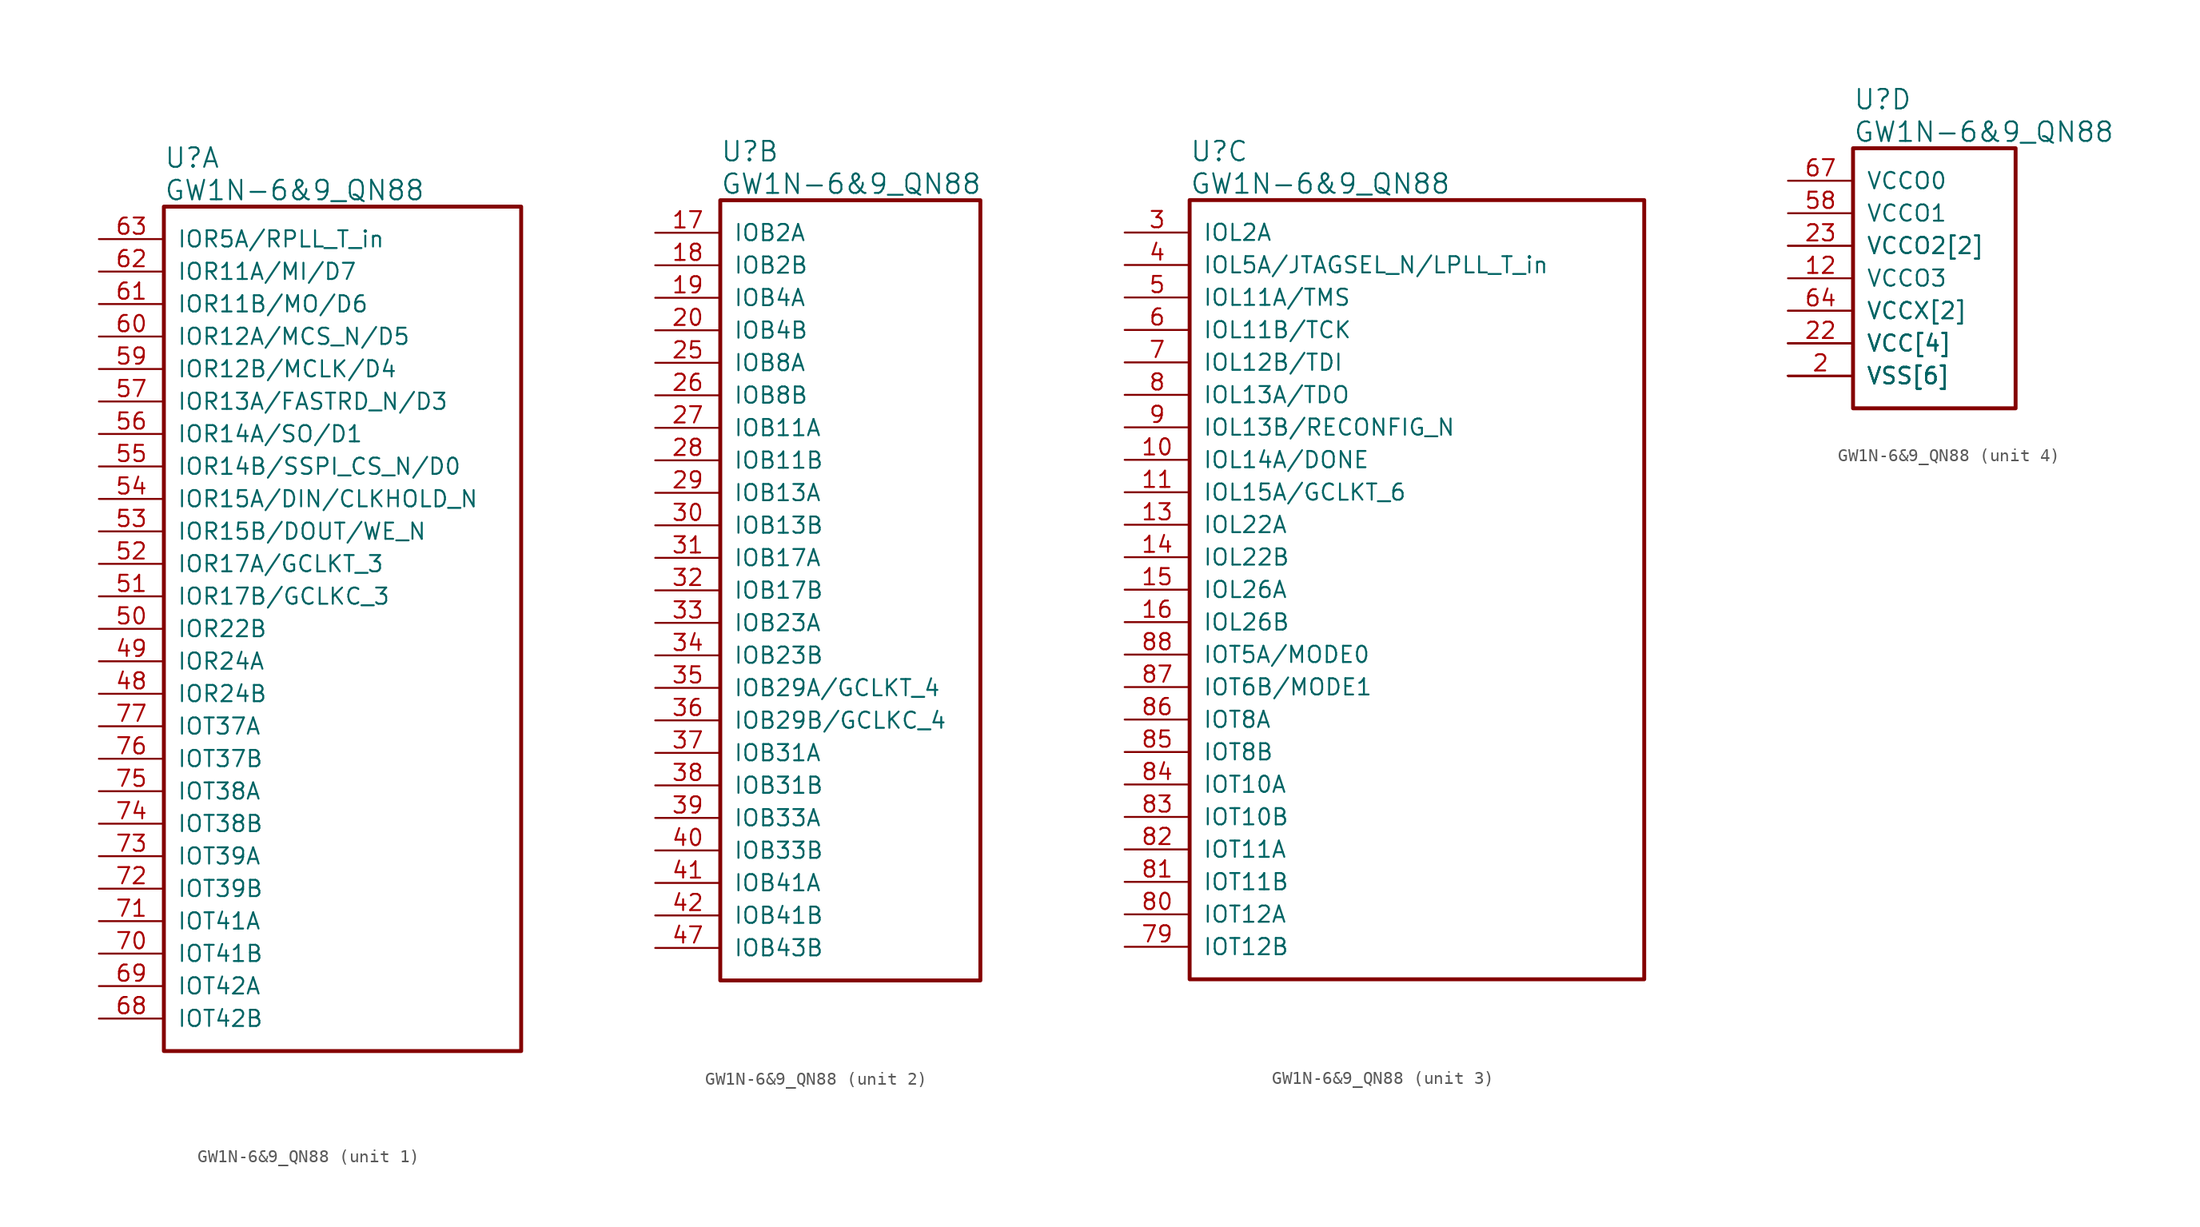
<source format=kicad_sym>
(kicad_symbol_lib
  (version 20220914)
  (generator kicad_symbol_editor)
  (symbol "GW1N-6&9_QN88"
    (pin_names
      (offset 1.016))
    (property "Reference" "U"
      (at 5.08 6.35 0)
      (effects (font (size 1.524 1.524)) (justify left)))
    (property "Value" "GW1N-6&9_QN88"
      (at 5.08 3.81 0)
      (effects (font (size 1.524 1.524)) (justify left)))
    (property "ki_locked" ""
      (at 0 0 0)
      (effects (font (size 1.27 1.27))))
    (symbol "GW1N-6&9_QN88_1_1"
      (rectangle (start 5.08 2.54) (end 33.02 -63.5) (stroke (width 0.305) (type solid)) (fill (type none)))
      (pin bidirectional line (at 0 -35.56 0) (length 5.08) (name "IOR24B" (effects (font (size 1.27 1.27)))) (number "48" (effects (font (size 1.27 1.27)))))
      (pin bidirectional line (at 0 -33.02 0) (length 5.08) (name "IOR24A" (effects (font (size 1.27 1.27)))) (number "49" (effects (font (size 1.27 1.27)))))
      (pin bidirectional line (at 0 -30.48 0) (length 5.08) (name "IOR22B" (effects (font (size 1.27 1.27)))) (number "50" (effects (font (size 1.27 1.27)))))
      (pin bidirectional line (at 0 -27.94 0) (length 5.08) (name "IOR17B/GCLKC_3" (effects (font (size 1.27 1.27)))) (number "51" (effects (font (size 1.27 1.27)))))
      (pin bidirectional line (at 0 -25.4 0) (length 5.08) (name "IOR17A/GCLKT_3" (effects (font (size 1.27 1.27)))) (number "52" (effects (font (size 1.27 1.27)))))
      (pin bidirectional line (at 0 -22.86 0) (length 5.08) (name "IOR15B/DOUT/WE_N" (effects (font (size 1.27 1.27)))) (number "53" (effects (font (size 1.27 1.27)))))
      (pin bidirectional line (at 0 -20.32 0) (length 5.08) (name "IOR15A/DIN/CLKHOLD_N" (effects (font (size 1.27 1.27)))) (number "54" (effects (font (size 1.27 1.27)))))
      (pin bidirectional line (at 0 -17.78 0) (length 5.08) (name "IOR14B/SSPI_CS_N/D0" (effects (font (size 1.27 1.27)))) (number "55" (effects (font (size 1.27 1.27)))))
      (pin bidirectional line (at 0 -15.24 0) (length 5.08) (name "IOR14A/SO/D1" (effects (font (size 1.27 1.27)))) (number "56" (effects (font (size 1.27 1.27)))))
      (pin bidirectional line (at 0 -12.7 0) (length 5.08) (name "IOR13A/FASTRD_N/D3" (effects (font (size 1.27 1.27)))) (number "57" (effects (font (size 1.27 1.27)))))
      (pin bidirectional line (at 0 -10.16 0) (length 5.08) (name "IOR12B/MCLK/D4" (effects (font (size 1.27 1.27)))) (number "59" (effects (font (size 1.27 1.27)))))
      (pin bidirectional line (at 0 -7.62 0) (length 5.08) (name "IOR12A/MCS_N/D5" (effects (font (size 1.27 1.27)))) (number "60" (effects (font (size 1.27 1.27)))))
      (pin bidirectional line (at 0 -5.08 0) (length 5.08) (name "IOR11B/MO/D6" (effects (font (size 1.27 1.27)))) (number "61" (effects (font (size 1.27 1.27)))))
      (pin bidirectional line (at 0 -2.54 0) (length 5.08) (name "IOR11A/MI/D7" (effects (font (size 1.27 1.27)))) (number "62" (effects (font (size 1.27 1.27)))))
      (pin bidirectional line (at 0 0 0) (length 5.08) (name "IOR5A/RPLL_T_in" (effects (font (size 1.27 1.27)))) (number "63" (effects (font (size 1.27 1.27)))))
      (pin bidirectional line (at 0 -60.96 0) (length 5.08) (name "IOT42B" (effects (font (size 1.27 1.27)))) (number "68" (effects (font (size 1.27 1.27)))))
      (pin bidirectional line (at 0 -58.42 0) (length 5.08) (name "IOT42A" (effects (font (size 1.27 1.27)))) (number "69" (effects (font (size 1.27 1.27)))))
      (pin bidirectional line (at 0 -55.88 0) (length 5.08) (name "IOT41B" (effects (font (size 1.27 1.27)))) (number "70" (effects (font (size 1.27 1.27)))))
      (pin bidirectional line (at 0 -53.34 0) (length 5.08) (name "IOT41A" (effects (font (size 1.27 1.27)))) (number "71" (effects (font (size 1.27 1.27)))))
      (pin bidirectional line (at 0 -50.8 0) (length 5.08) (name "IOT39B" (effects (font (size 1.27 1.27)))) (number "72" (effects (font (size 1.27 1.27)))))
      (pin bidirectional line (at 0 -48.26 0) (length 5.08) (name "IOT39A" (effects (font (size 1.27 1.27)))) (number "73" (effects (font (size 1.27 1.27)))))
      (pin bidirectional line (at 0 -45.72 0) (length 5.08) (name "IOT38B" (effects (font (size 1.27 1.27)))) (number "74" (effects (font (size 1.27 1.27)))))
      (pin bidirectional line (at 0 -43.18 0) (length 5.08) (name "IOT38A" (effects (font (size 1.27 1.27)))) (number "75" (effects (font (size 1.27 1.27)))))
      (pin bidirectional line (at 0 -40.64 0) (length 5.08) (name "IOT37B" (effects (font (size 1.27 1.27)))) (number "76" (effects (font (size 1.27 1.27)))))
      (pin bidirectional line (at 0 -38.1 0) (length 5.08) (name "IOT37A" (effects (font (size 1.27 1.27)))) (number "77" (effects (font (size 1.27 1.27))))))
    (symbol "GW1N-6&9_QN88_2_1"
      (rectangle (start 5.08 2.54) (end 25.4 -58.42) (stroke (width 0.305) (type solid)) (fill (type none)))
      (pin bidirectional line (at 0 0 0) (length 5.08) (name "IOB2A" (effects (font (size 1.27 1.27)))) (number "17" (effects (font (size 1.27 1.27)))))
      (pin bidirectional line (at 0 -2.54 0) (length 5.08) (name "IOB2B" (effects (font (size 1.27 1.27)))) (number "18" (effects (font (size 1.27 1.27)))))
      (pin bidirectional line (at 0 -5.08 0) (length 5.08) (name "IOB4A" (effects (font (size 1.27 1.27)))) (number "19" (effects (font (size 1.27 1.27)))))
      (pin bidirectional line (at 0 -7.62 0) (length 5.08) (name "IOB4B" (effects (font (size 1.27 1.27)))) (number "20" (effects (font (size 1.27 1.27)))))
      (pin bidirectional line (at 0 -10.16 0) (length 5.08) (name "IOB8A" (effects (font (size 1.27 1.27)))) (number "25" (effects (font (size 1.27 1.27)))))
      (pin bidirectional line (at 0 -12.7 0) (length 5.08) (name "IOB8B" (effects (font (size 1.27 1.27)))) (number "26" (effects (font (size 1.27 1.27)))))
      (pin bidirectional line (at 0 -15.24 0) (length 5.08) (name "IOB11A" (effects (font (size 1.27 1.27)))) (number "27" (effects (font (size 1.27 1.27)))))
      (pin bidirectional line (at 0 -17.78 0) (length 5.08) (name "IOB11B" (effects (font (size 1.27 1.27)))) (number "28" (effects (font (size 1.27 1.27)))))
      (pin bidirectional line (at 0 -20.32 0) (length 5.08) (name "IOB13A" (effects (font (size 1.27 1.27)))) (number "29" (effects (font (size 1.27 1.27)))))
      (pin bidirectional line (at 0 -22.86 0) (length 5.08) (name "IOB13B" (effects (font (size 1.27 1.27)))) (number "30" (effects (font (size 1.27 1.27)))))
      (pin bidirectional line (at 0 -25.4 0) (length 5.08) (name "IOB17A" (effects (font (size 1.27 1.27)))) (number "31" (effects (font (size 1.27 1.27)))))
      (pin bidirectional line (at 0 -27.94 0) (length 5.08) (name "IOB17B" (effects (font (size 1.27 1.27)))) (number "32" (effects (font (size 1.27 1.27)))))
      (pin bidirectional line (at 0 -30.48 0) (length 5.08) (name "IOB23A" (effects (font (size 1.27 1.27)))) (number "33" (effects (font (size 1.27 1.27)))))
      (pin bidirectional line (at 0 -33.02 0) (length 5.08) (name "IOB23B" (effects (font (size 1.27 1.27)))) (number "34" (effects (font (size 1.27 1.27)))))
      (pin bidirectional line (at 0 -35.56 0) (length 5.08) (name "IOB29A/GCLKT_4" (effects (font (size 1.27 1.27)))) (number "35" (effects (font (size 1.27 1.27)))))
      (pin bidirectional line (at 0 -38.1 0) (length 5.08) (name "IOB29B/GCLKC_4" (effects (font (size 1.27 1.27)))) (number "36" (effects (font (size 1.27 1.27)))))
      (pin bidirectional line (at 0 -40.64 0) (length 5.08) (name "IOB31A" (effects (font (size 1.27 1.27)))) (number "37" (effects (font (size 1.27 1.27)))))
      (pin bidirectional line (at 0 -43.18 0) (length 5.08) (name "IOB31B" (effects (font (size 1.27 1.27)))) (number "38" (effects (font (size 1.27 1.27)))))
      (pin bidirectional line (at 0 -45.72 0) (length 5.08) (name "IOB33A" (effects (font (size 1.27 1.27)))) (number "39" (effects (font (size 1.27 1.27)))))
      (pin bidirectional line (at 0 -48.26 0) (length 5.08) (name "IOB33B" (effects (font (size 1.27 1.27)))) (number "40" (effects (font (size 1.27 1.27)))))
      (pin bidirectional line (at 0 -50.8 0) (length 5.08) (name "IOB41A" (effects (font (size 1.27 1.27)))) (number "41" (effects (font (size 1.27 1.27)))))
      (pin bidirectional line (at 0 -53.34 0) (length 5.08) (name "IOB41B" (effects (font (size 1.27 1.27)))) (number "42" (effects (font (size 1.27 1.27)))))
      (pin bidirectional line (at 0 -55.88 0) (length 5.08) (name "IOB43B" (effects (font (size 1.27 1.27)))) (number "47" (effects (font (size 1.27 1.27))))))
    (symbol "GW1N-6&9_QN88_3_1"
      (rectangle (start 5.08 2.54) (end 40.64 -58.42) (stroke (width 0.305) (type solid)) (fill (type none)))
      (pin bidirectional line (at 0 -17.78 0) (length 5.08) (name "IOL14A/DONE" (effects (font (size 1.27 1.27)))) (number "10" (effects (font (size 1.27 1.27)))))
      (pin bidirectional line (at 0 -20.32 0) (length 5.08) (name "IOL15A/GCLKT_6" (effects (font (size 1.27 1.27)))) (number "11" (effects (font (size 1.27 1.27)))))
      (pin bidirectional line (at 0 -22.86 0) (length 5.08) (name "IOL22A" (effects (font (size 1.27 1.27)))) (number "13" (effects (font (size 1.27 1.27)))))
      (pin bidirectional line (at 0 -25.4 0) (length 5.08) (name "IOL22B" (effects (font (size 1.27 1.27)))) (number "14" (effects (font (size 1.27 1.27)))))
      (pin bidirectional line (at 0 -27.94 0) (length 5.08) (name "IOL26A" (effects (font (size 1.27 1.27)))) (number "15" (effects (font (size 1.27 1.27)))))
      (pin bidirectional line (at 0 -30.48 0) (length 5.08) (name "IOL26B" (effects (font (size 1.27 1.27)))) (number "16" (effects (font (size 1.27 1.27)))))
      (pin bidirectional line (at 0 0 0) (length 5.08) (name "IOL2A" (effects (font (size 1.27 1.27)))) (number "3" (effects (font (size 1.27 1.27)))))
      (pin bidirectional line (at 0 -2.54 0) (length 5.08) (name "IOL5A/JTAGSEL_N/LPLL_T_in" (effects (font (size 1.27 1.27)))) (number "4" (effects (font (size 1.27 1.27)))))
      (pin bidirectional line (at 0 -5.08 0) (length 5.08) (name "IOL11A/TMS" (effects (font (size 1.27 1.27)))) (number "5" (effects (font (size 1.27 1.27)))))
      (pin bidirectional line (at 0 -7.62 0) (length 5.08) (name "IOL11B/TCK" (effects (font (size 1.27 1.27)))) (number "6" (effects (font (size 1.27 1.27)))))
      (pin bidirectional line (at 0 -10.16 0) (length 5.08) (name "IOL12B/TDI" (effects (font (size 1.27 1.27)))) (number "7" (effects (font (size 1.27 1.27)))))
      (pin bidirectional line (at 0 -55.88 0) (length 5.08) (name "IOT12B" (effects (font (size 1.27 1.27)))) (number "79" (effects (font (size 1.27 1.27)))))
      (pin bidirectional line (at 0 -12.7 0) (length 5.08) (name "IOL13A/TDO" (effects (font (size 1.27 1.27)))) (number "8" (effects (font (size 1.27 1.27)))))
      (pin bidirectional line (at 0 -53.34 0) (length 5.08) (name "IOT12A" (effects (font (size 1.27 1.27)))) (number "80" (effects (font (size 1.27 1.27)))))
      (pin bidirectional line (at 0 -50.8 0) (length 5.08) (name "IOT11B" (effects (font (size 1.27 1.27)))) (number "81" (effects (font (size 1.27 1.27)))))
      (pin bidirectional line (at 0 -48.26 0) (length 5.08) (name "IOT11A" (effects (font (size 1.27 1.27)))) (number "82" (effects (font (size 1.27 1.27)))))
      (pin bidirectional line (at 0 -45.72 0) (length 5.08) (name "IOT10B" (effects (font (size 1.27 1.27)))) (number "83" (effects (font (size 1.27 1.27)))))
      (pin bidirectional line (at 0 -43.18 0) (length 5.08) (name "IOT10A" (effects (font (size 1.27 1.27)))) (number "84" (effects (font (size 1.27 1.27)))))
      (pin bidirectional line (at 0 -40.64 0) (length 5.08) (name "IOT8B" (effects (font (size 1.27 1.27)))) (number "85" (effects (font (size 1.27 1.27)))))
      (pin bidirectional line (at 0 -38.1 0) (length 5.08) (name "IOT8A" (effects (font (size 1.27 1.27)))) (number "86" (effects (font (size 1.27 1.27)))))
      (pin bidirectional line (at 0 -35.56 0) (length 5.08) (name "IOT6B/MODE1" (effects (font (size 1.27 1.27)))) (number "87" (effects (font (size 1.27 1.27)))))
      (pin bidirectional line (at 0 -33.02 0) (length 5.08) (name "IOT5A/MODE0" (effects (font (size 1.27 1.27)))) (number "88" (effects (font (size 1.27 1.27)))))
      (pin bidirectional line (at 0 -15.24 0) (length 5.08) (name "IOL13B/RECONFIG_N" (effects (font (size 1.27 1.27)))) (number "9" (effects (font (size 1.27 1.27))))))
    (symbol "GW1N-6&9_QN88_4_1"
      (rectangle (start 5.08 2.54) (end 17.78 -17.78) (stroke (width 0.305) (type solid)) (fill (type none)))
      (pin power_in line (at 0 -12.7 0) (length 5.08) (name "VCC[4]" (effects (font (size 1.27 1.27)))) (number "1" (effects (font (size 0 0)))))
      (pin power_in line (at 0 -7.62 0) (length 5.08) (name "VCCO3" (effects (font (size 1.27 1.27)))) (number "12" (effects (font (size 1.27 1.27)))))
      (pin power_in line (at 0 -15.24 0) (length 5.08) (name "VSS[6]" (effects (font (size 1.27 1.27)))) (number "2" (effects (font (size 1.27 1.27)))))
      (pin power_in line (at 0 -15.24 0) (length 5.08) (name "VSS[6]" (effects (font (size 1.27 1.27)))) (number "21" (effects (font (size 0 0)))))
      (pin power_in line (at 0 -12.7 0) (length 5.08) (name "VCC[4]" (effects (font (size 1.27 1.27)))) (number "22" (effects (font (size 1.27 1.27)))))
      (pin power_in line (at 0 -5.08 0) (length 5.08) (name "VCCO2[2]" (effects (font (size 1.27 1.27)))) (number "23" (effects (font (size 1.27 1.27)))))
      (pin power_in line (at 0 -15.24 0) (length 5.08) (name "VSS[6]" (effects (font (size 1.27 1.27)))) (number "24" (effects (font (size 0 0)))))
      (pin power_in line (at 0 -15.24 0) (length 5.08) (name "VSS[6]" (effects (font (size 1.27 1.27)))) (number "43" (effects (font (size 0 0)))))
      (pin power_in line (at 0 -5.08 0) (length 5.08) (name "VCCO2[2]" (effects (font (size 1.27 1.27)))) (number "44" (effects (font (size 0 0)))))
      (pin power_in line (at 0 -12.7 0) (length 5.08) (name "VCC[4]" (effects (font (size 1.27 1.27)))) (number "45" (effects (font (size 0 0)))))
      (pin power_in line (at 0 -15.24 0) (length 5.08) (name "VSS[6]" (effects (font (size 1.27 1.27)))) (number "46" (effects (font (size 0 0)))))
      (pin power_in line (at 0 -2.54 0) (length 5.08) (name "VCCO1" (effects (font (size 1.27 1.27)))) (number "58" (effects (font (size 1.27 1.27)))))
      (pin power_in line (at 0 -10.16 0) (length 5.08) (name "VCCX[2]" (effects (font (size 1.27 1.27)))) (number "64" (effects (font (size 1.27 1.27)))))
      (pin power_in line (at 0 -15.24 0) (length 5.08) (name "VSS[6]" (effects (font (size 1.27 1.27)))) (number "65" (effects (font (size 0 0)))))
      (pin power_in line (at 0 -12.7 0) (length 5.08) (name "VCC[4]" (effects (font (size 1.27 1.27)))) (number "66" (effects (font (size 0 0)))))
      (pin power_in line (at 0 0 0) (length 5.08) (name "VCCO0" (effects (font (size 1.27 1.27)))) (number "67" (effects (font (size 1.27 1.27)))))
      (pin power_in line (at 0 -10.16 0) (length 5.08) (name "VCCX[2]" (effects (font (size 1.27 1.27)))) (number "78" (effects (font (size 0 0))))))))
</source>
